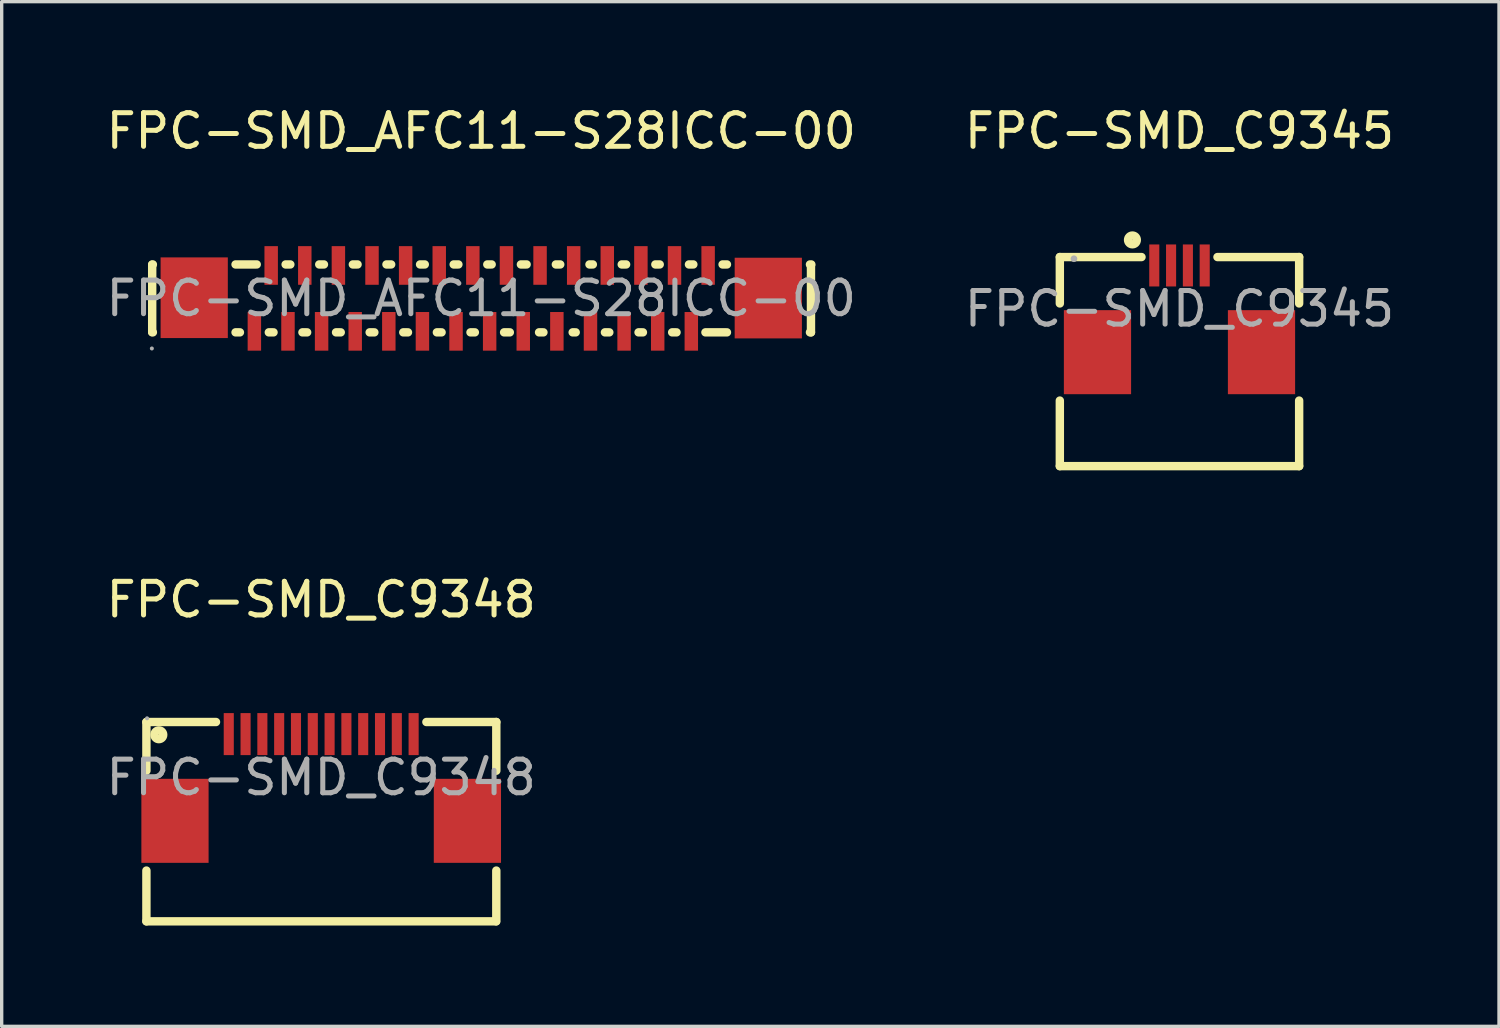
<source format=kicad_pcb>
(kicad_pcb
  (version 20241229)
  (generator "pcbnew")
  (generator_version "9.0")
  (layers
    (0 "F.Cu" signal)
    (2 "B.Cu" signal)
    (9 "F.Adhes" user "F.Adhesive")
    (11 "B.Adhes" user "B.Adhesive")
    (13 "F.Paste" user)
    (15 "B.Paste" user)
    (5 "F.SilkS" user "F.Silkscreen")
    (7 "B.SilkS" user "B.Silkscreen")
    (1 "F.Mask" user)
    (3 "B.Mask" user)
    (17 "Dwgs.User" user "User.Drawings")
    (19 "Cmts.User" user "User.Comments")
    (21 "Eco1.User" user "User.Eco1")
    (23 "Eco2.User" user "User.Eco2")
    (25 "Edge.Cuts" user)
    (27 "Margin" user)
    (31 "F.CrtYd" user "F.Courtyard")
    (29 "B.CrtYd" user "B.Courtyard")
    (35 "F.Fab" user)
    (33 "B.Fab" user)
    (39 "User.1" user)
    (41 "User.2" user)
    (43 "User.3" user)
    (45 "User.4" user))
  (footprint "FPC-SMD_AFC11-S28ICC-00"
    (layer "F.Cu")
    (at 11.268 5.828)
    (property "Reference" "FPC-SMD_AFC11-S28ICC-00" (at 0 -4.98 0) (layer "F.SilkS") (effects (font (size 1 1) (thickness 0.15))))
    (attr through_hole)
    (fp_line (start -9.79 -1.01) (end -9.77 -1.01) (stroke (width 0.25) (type solid)) (layer "F.SilkS"))
    (fp_line (start -9.79 -1) (end -9.79 1) (stroke (width 0.25) (type solid)) (layer "F.SilkS"))
    (fp_line (start -9.77 1.01) (end -9.79 1.01) (stroke (width 0.25) (type solid)) (layer "F.SilkS"))
    (fp_line (start -7.31 -1.01) (end -6.68 -1.01) (stroke (width 0.25) (type solid)) (layer "F.SilkS"))
    (fp_line (start -7.18 1.01) (end -7.31 1.01) (stroke (width 0.25) (type solid)) (layer "F.SilkS"))
    (fp_line (start -6.18 1.01) (end -6.32 1.01) (stroke (width 0.25) (type solid)) (layer "F.SilkS"))
    (fp_line (start -5.82 -1.01) (end -5.68 -1.01) (stroke (width 0.25) (type solid)) (layer "F.SilkS"))
    (fp_line (start -5.18 1.01) (end -5.32 1.01) (stroke (width 0.25) (type solid)) (layer "F.SilkS"))
    (fp_line (start -4.82 -1.01) (end -4.68 -1.01) (stroke (width 0.25) (type solid)) (layer "F.SilkS"))
    (fp_line (start -4.18 1.01) (end -4.32 1.01) (stroke (width 0.25) (type solid)) (layer "F.SilkS"))
    (fp_line (start -3.82 -1.01) (end -3.68 -1.01) (stroke (width 0.25) (type solid)) (layer "F.SilkS"))
    (fp_line (start -3.18 1.01) (end -3.32 1.01) (stroke (width 0.25) (type solid)) (layer "F.SilkS"))
    (fp_line (start -2.82 -1.01) (end -2.68 -1.01) (stroke (width 0.25) (type solid)) (layer "F.SilkS"))
    (fp_line (start -2.18 1.01) (end -2.32 1.01) (stroke (width 0.25) (type solid)) (layer "F.SilkS"))
    (fp_line (start -1.82 -1.01) (end -1.68 -1.01) (stroke (width 0.25) (type solid)) (layer "F.SilkS"))
    (fp_line (start -1.18 1.01) (end -1.32 1.01) (stroke (width 0.25) (type solid)) (layer "F.SilkS"))
    (fp_line (start -0.82 -1.01) (end -0.68 -1.01) (stroke (width 0.25) (type solid)) (layer "F.SilkS"))
    (fp_line (start -0.19 1.01) (end -0.32 1.01) (stroke (width 0.25) (type solid)) (layer "F.SilkS"))
    (fp_line (start 0.18 -1.01) (end 0.31 -1.01) (stroke (width 0.25) (type solid)) (layer "F.SilkS"))
    (fp_line (start 0.85 1.01) (end 0.68 1.01) (stroke (width 0.25) (type solid)) (layer "F.SilkS"))
    (fp_line (start 1.18 -1.01) (end 1.35 -1.01) (stroke (width 0.25) (type solid)) (layer "F.SilkS"))
    (fp_line (start 1.85 1.01) (end 1.72 1.01) (stroke (width 0.25) (type solid)) (layer "F.SilkS"))
    (fp_line (start 2.22 -1.01) (end 2.35 -1.01) (stroke (width 0.25) (type solid)) (layer "F.SilkS"))
    (fp_line (start 2.81 1.01) (end 2.72 1.01) (stroke (width 0.25) (type solid)) (layer "F.SilkS"))
    (fp_line (start 3.22 -1.01) (end 3.32 -1.01) (stroke (width 0.25) (type solid)) (layer "F.SilkS"))
    (fp_line (start 3.81 1.01) (end 3.68 1.01) (stroke (width 0.25) (type solid)) (layer "F.SilkS"))
    (fp_line (start 4.18 -1.01) (end 4.31 -1.01) (stroke (width 0.25) (type solid)) (layer "F.SilkS"))
    (fp_line (start 4.81 1.01) (end 4.68 1.01) (stroke (width 0.25) (type solid)) (layer "F.SilkS"))
    (fp_line (start 5.18 -1.01) (end 5.31 -1.01) (stroke (width 0.25) (type solid)) (layer "F.SilkS"))
    (fp_line (start 5.81 1.01) (end 5.68 1.01) (stroke (width 0.25) (type solid)) (layer "F.SilkS"))
    (fp_line (start 6.18 -1.01) (end 6.31 -1.01) (stroke (width 0.25) (type solid)) (layer "F.SilkS"))
    (fp_line (start 7.18 -1.01) (end 7.31 -1.01) (stroke (width 0.25) (type solid)) (layer "F.SilkS"))
    (fp_line (start 7.31 1.01) (end 6.67 1.01) (stroke (width 0.25) (type solid)) (layer "F.SilkS"))
    (fp_line (start 9.78 -1.01) (end 9.82 -1.01) (stroke (width 0.25) (type solid)) (layer "F.SilkS"))
    (fp_line (start 9.81 1.01) (end 9.78 1.01) (stroke (width 0.25) (type solid)) (layer "F.SilkS"))
    (fp_line (start 9.81 1.01) (end 9.81 -0.99) (stroke (width 0.25) (type solid)) (layer "F.SilkS"))
    (fp_circle (center -9.8 1.49) (end -9.77 1.49) (stroke (width 0.06) (type solid)) (fill no) (layer "F.Fab"))
    (fp_text user "${REFERENCE}" (at 0 0 0) (layer "F.Fab") (effects (font (size 1 1) (thickness 0.15))))
    (pad "1" smd rect (at -6.75 0.98) (size 0.4 1.15) (layers "F.Cu" "F.Mask" "F.Paste"))
    (pad "2" smd rect (at -6.25 -0.98) (size 0.4 1.15) (layers "F.Cu" "F.Mask" "F.Paste"))
    (pad "3" smd rect (at -5.75 0.98) (size 0.4 1.15) (layers "F.Cu" "F.Mask" "F.Paste"))
    (pad "4" smd rect (at -5.25 -0.98) (size 0.4 1.15) (layers "F.Cu" "F.Mask" "F.Paste"))
    (pad "5" smd rect (at -4.75 0.98) (size 0.4 1.15) (layers "F.Cu" "F.Mask" "F.Paste"))
    (pad "6" smd rect (at -4.25 -0.98) (size 0.4 1.15) (layers "F.Cu" "F.Mask" "F.Paste"))
    (pad "7" smd rect (at -3.75 0.98) (size 0.4 1.15) (layers "F.Cu" "F.Mask" "F.Paste"))
    (pad "8" smd rect (at -3.25 -0.98) (size 0.4 1.15) (layers "F.Cu" "F.Mask" "F.Paste"))
    (pad "9" smd rect (at -2.75 0.98) (size 0.4 1.15) (layers "F.Cu" "F.Mask" "F.Paste"))
    (pad "10" smd rect (at -2.25 -0.98) (size 0.4 1.15) (layers "F.Cu" "F.Mask" "F.Paste"))
    (pad "11" smd rect (at -1.75 0.98) (size 0.4 1.15) (layers "F.Cu" "F.Mask" "F.Paste"))
    (pad "12" smd rect (at -1.25 -0.98) (size 0.4 1.15) (layers "F.Cu" "F.Mask" "F.Paste"))
    (pad "13" smd rect (at -0.75 0.98) (size 0.4 1.15) (layers "F.Cu" "F.Mask" "F.Paste"))
    (pad "14" smd rect (at -0.25 -0.98) (size 0.4 1.15) (layers "F.Cu" "F.Mask" "F.Paste"))
    (pad "15" smd rect (at 0.25 0.98) (size 0.4 1.15) (layers "F.Cu" "F.Mask" "F.Paste"))
    (pad "16" smd rect (at 0.75 -0.98) (size 0.4 1.15) (layers "F.Cu" "F.Mask" "F.Paste"))
    (pad "17" smd rect (at 1.25 0.98) (size 0.4 1.15) (layers "F.Cu" "F.Mask" "F.Paste"))
    (pad "18" smd rect (at 1.75 -0.98) (size 0.4 1.15) (layers "F.Cu" "F.Mask" "F.Paste"))
    (pad "19" smd rect (at 2.25 0.98) (size 0.4 1.15) (layers "F.Cu" "F.Mask" "F.Paste"))
    (pad "20" smd rect (at 2.75 -0.98) (size 0.4 1.15) (layers "F.Cu" "F.Mask" "F.Paste"))
    (pad "21" smd rect (at 3.25 0.98) (size 0.4 1.15) (layers "F.Cu" "F.Mask" "F.Paste"))
    (pad "22" smd rect (at 3.75 -0.98) (size 0.4 1.15) (layers "F.Cu" "F.Mask" "F.Paste"))
    (pad "23" smd rect (at 4.25 0.98) (size 0.4 1.15) (layers "F.Cu" "F.Mask" "F.Paste"))
    (pad "24" smd rect (at 4.75 -0.98) (size 0.4 1.15) (layers "F.Cu" "F.Mask" "F.Paste"))
    (pad "25" smd rect (at 5.25 0.98) (size 0.4 1.15) (layers "F.Cu" "F.Mask" "F.Paste"))
    (pad "26" smd rect (at 5.75 -0.98) (size 0.4 1.15) (layers "F.Cu" "F.Mask" "F.Paste"))
    (pad "27" smd rect (at 6.25 0.98) (size 0.4 1.15) (layers "F.Cu" "F.Mask" "F.Paste"))
    (pad "28" smd rect (at 6.75 -0.98) (size 0.4 1.15) (layers "F.Cu" "F.Mask" "F.Paste"))
    (pad "29" smd rect (at 8.54 -0.01 90) (size 2.4 2) (layers "F.Cu" "F.Mask" "F.Paste"))
    (pad "30" smd rect (at -8.54 -0.02 90) (size 2.4 2) (layers "F.Cu" "F.Mask" "F.Paste")))
  (footprint "FPC-SMD_C9345"
    (layer "F.Cu")
    (at 32.042 6.138)
    (property "Reference" "FPC-SMD_C9345" (at 0 -5.29 0) (layer "F.SilkS") (effects (font (size 1 1) (thickness 0.15))))
    (attr through_hole)
    (fp_line (start -3.56 -1.54) (end -3.56 -0.16) (stroke (width 0.25) (type solid)) (layer "F.SilkS"))
    (fp_line (start -3.56 2.73) (end -3.56 4.68) (stroke (width 0.25) (type solid)) (layer "F.SilkS"))
    (fp_line (start -3.56 4.68) (end 3.56 4.68) (stroke (width 0.25) (type solid)) (layer "F.SilkS"))
    (fp_line (start -1.13 -1.54) (end -3.56 -1.54) (stroke (width 0.25) (type solid)) (layer "F.SilkS"))
    (fp_line (start 3.56 -1.54) (end 1.13 -1.54) (stroke (width 0.25) (type solid)) (layer "F.SilkS"))
    (fp_line (start 3.56 -0.16) (end 3.56 -1.54) (stroke (width 0.25) (type solid)) (layer "F.SilkS"))
    (fp_line (start 3.56 4.68) (end 3.56 2.73) (stroke (width 0.25) (type solid)) (layer "F.SilkS"))
    (fp_circle (center -1.4 -2.05) (end -1.27 -2.05) (stroke (width 0.25) (type solid)) (fill no) (layer "F.SilkS"))
    (fp_circle (center -3.14 -1.49) (end -3.09 -1.49) (stroke (width 0.1) (type solid)) (fill no) (layer "F.Fab"))
    (fp_text user "${REFERENCE}" (at 0 0 0) (layer "F.Fab") (effects (font (size 1 1) (thickness 0.15))))
    (pad "1" smd rect (at -0.75 -1.29) (size 0.3 1.25) (layers "F.Cu" "F.Mask" "F.Paste"))
    (pad "2" smd rect (at -0.25 -1.29) (size 0.3 1.25) (layers "F.Cu" "F.Mask" "F.Paste"))
    (pad "3" smd rect (at 0.25 -1.29) (size 0.3 1.25) (layers "F.Cu" "F.Mask" "F.Paste"))
    (pad "4" smd rect (at 0.75 -1.29) (size 0.3 1.25) (layers "F.Cu" "F.Mask" "F.Paste"))
    (pad "5" smd rect (at -2.44 1.29) (size 2 2.5) (layers "F.Cu" "F.Mask" "F.Paste"))
    (pad "6" smd rect (at 2.44 1.29) (size 2 2.5) (layers "F.Cu" "F.Mask" "F.Paste")))
  (footprint "FPC-SMD_C9348"
    (layer "F.Cu")
    (at 6.506 20.081)
    (property "Reference" "FPC-SMD_C9348" (at 0 -5.29 0) (layer "F.SilkS") (effects (font (size 1 1) (thickness 0.15))))
    (attr through_hole)
    (fp_line (start -5.2 -1.65) (end -3.13 -1.65) (stroke (width 0.25) (type solid)) (layer "F.SilkS"))
    (fp_line (start -5.2 -0.2) (end -5.2 -1.65) (stroke (width 0.25) (type solid)) (layer "F.SilkS"))
    (fp_line (start -5.2 4.28) (end -5.2 2.77) (stroke (width 0.25) (type solid)) (layer "F.SilkS"))
    (fp_line (start -5.2 4.28) (end 5.2 4.28) (stroke (width 0.25) (type solid)) (layer "F.SilkS"))
    (fp_line (start 3.13 -1.65) (end 5.21 -1.65) (stroke (width 0.25) (type solid)) (layer "F.SilkS"))
    (fp_line (start 5.21 -1.65) (end 5.21 -0.2) (stroke (width 0.25) (type solid)) (layer "F.SilkS"))
    (fp_line (start 5.21 2.77) (end 5.21 4.28) (stroke (width 0.25) (type solid)) (layer "F.SilkS"))
    (fp_circle (center -4.83 -1.27) (end -4.7 -1.27) (stroke (width 0.25) (type solid)) (fill no) (layer "F.SilkS"))
    (fp_circle (center -5.18 -1.76) (end -5.15 -1.76) (stroke (width 0.06) (type solid)) (fill no) (layer "F.Fab"))
    (fp_text user "${REFERENCE}" (at 0 0 0) (layer "F.Fab") (effects (font (size 1 1) (thickness 0.15))))
    (pad "1" smd rect (at -2.75 -1.29) (size 0.3 1.25) (layers "F.Cu" "F.Mask" "F.Paste"))
    (pad "2" smd rect (at -2.25 -1.29) (size 0.3 1.25) (layers "F.Cu" "F.Mask" "F.Paste"))
    (pad "3" smd rect (at -1.75 -1.29) (size 0.3 1.25) (layers "F.Cu" "F.Mask" "F.Paste"))
    (pad "4" smd rect (at -1.25 -1.29) (size 0.3 1.25) (layers "F.Cu" "F.Mask" "F.Paste"))
    (pad "5" smd rect (at -0.75 -1.29) (size 0.3 1.25) (layers "F.Cu" "F.Mask" "F.Paste"))
    (pad "6" smd rect (at -0.25 -1.29) (size 0.3 1.25) (layers "F.Cu" "F.Mask" "F.Paste"))
    (pad "7" smd rect (at 0.25 -1.29) (size 0.3 1.25) (layers "F.Cu" "F.Mask" "F.Paste"))
    (pad "8" smd rect (at 0.75 -1.29) (size 0.3 1.25) (layers "F.Cu" "F.Mask" "F.Paste"))
    (pad "9" smd rect (at 1.25 -1.29) (size 0.3 1.25) (layers "F.Cu" "F.Mask" "F.Paste"))
    (pad "10" smd rect (at 1.75 -1.29) (size 0.3 1.25) (layers "F.Cu" "F.Mask" "F.Paste"))
    (pad "11" smd rect (at 2.25 -1.29) (size 0.3 1.25) (layers "F.Cu" "F.Mask" "F.Paste"))
    (pad "12" smd rect (at 2.75 -1.29) (size 0.3 1.25) (layers "F.Cu" "F.Mask" "F.Paste"))
    (pad "13" smd rect (at 4.35 1.29) (size 2 2.5) (layers "F.Cu" "F.Mask" "F.Paste"))
    (pad "14" smd rect (at -4.35 1.29) (size 2 2.5) (layers "F.Cu" "F.Mask" "F.Paste")))
  (gr_rect
    (start -3 -3)
    (end 41.548 27.486)
    (stroke (width 0.1) (type default))
    (fill no)
    (layer "Edge.Cuts")))
</source>
